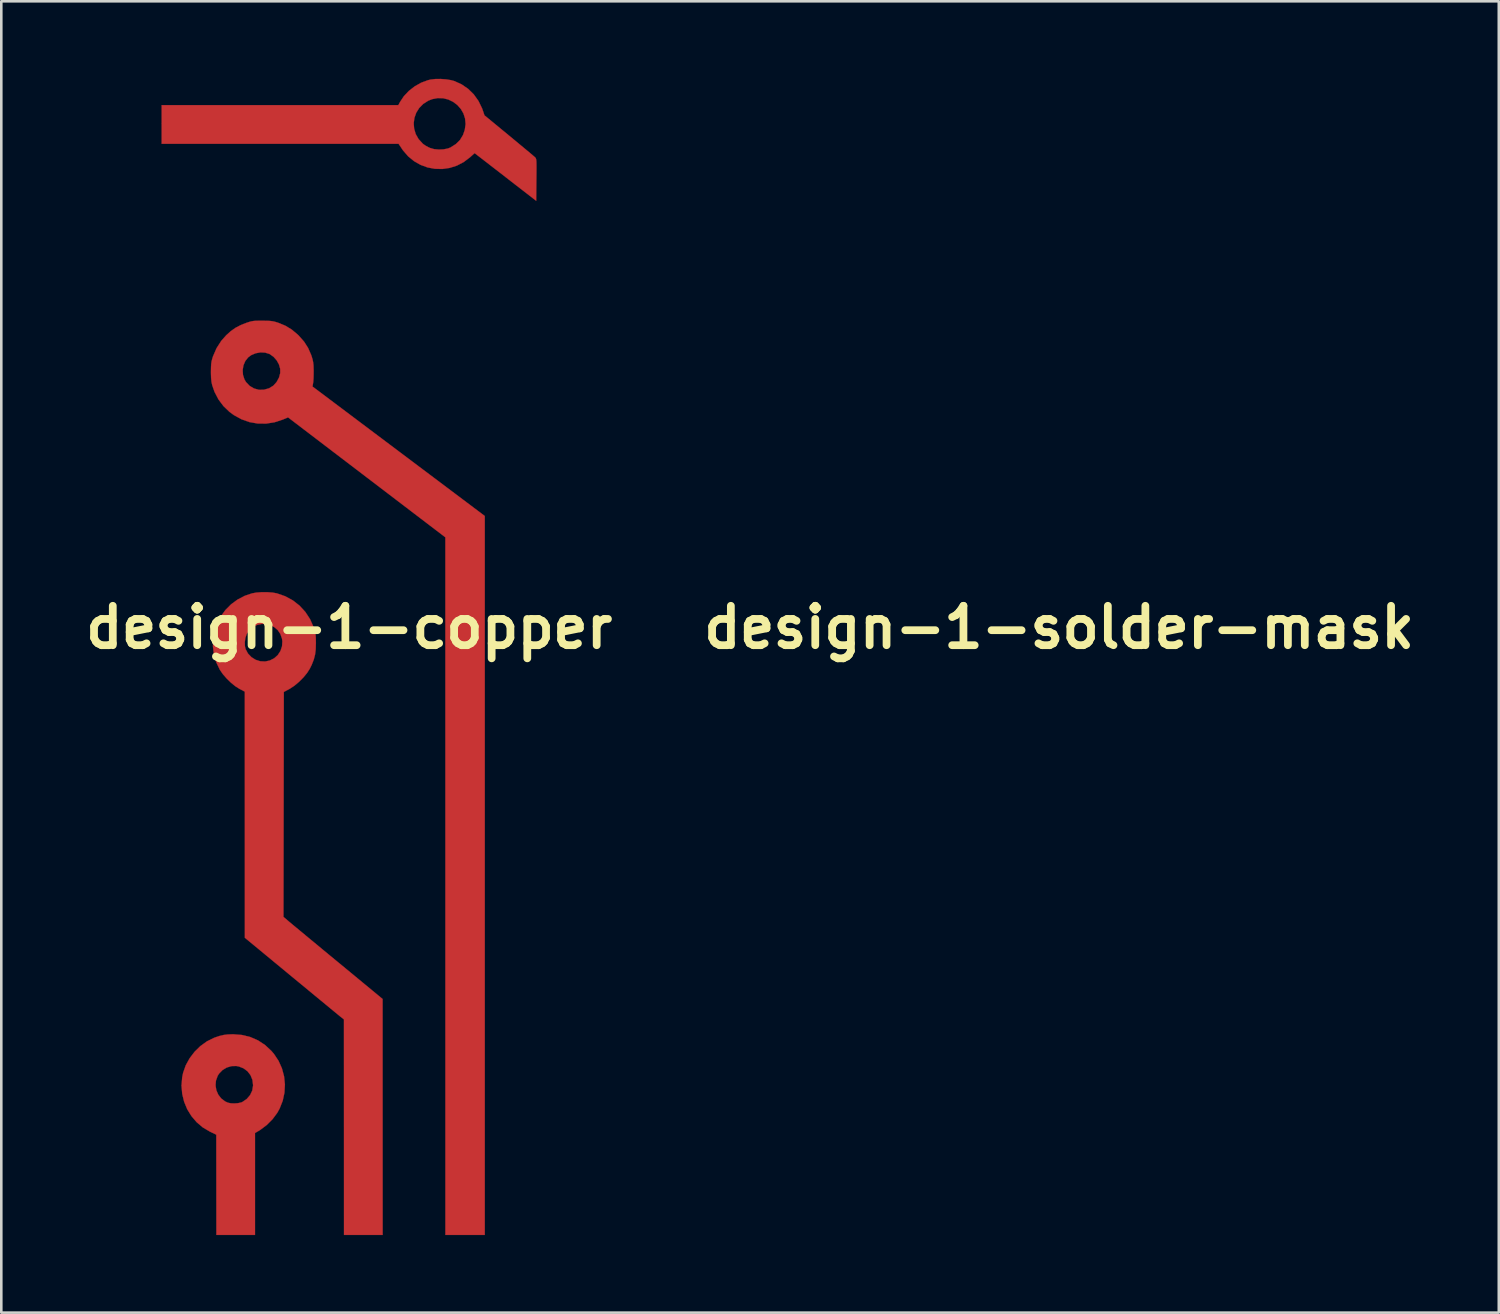
<source format=kicad_pcb>
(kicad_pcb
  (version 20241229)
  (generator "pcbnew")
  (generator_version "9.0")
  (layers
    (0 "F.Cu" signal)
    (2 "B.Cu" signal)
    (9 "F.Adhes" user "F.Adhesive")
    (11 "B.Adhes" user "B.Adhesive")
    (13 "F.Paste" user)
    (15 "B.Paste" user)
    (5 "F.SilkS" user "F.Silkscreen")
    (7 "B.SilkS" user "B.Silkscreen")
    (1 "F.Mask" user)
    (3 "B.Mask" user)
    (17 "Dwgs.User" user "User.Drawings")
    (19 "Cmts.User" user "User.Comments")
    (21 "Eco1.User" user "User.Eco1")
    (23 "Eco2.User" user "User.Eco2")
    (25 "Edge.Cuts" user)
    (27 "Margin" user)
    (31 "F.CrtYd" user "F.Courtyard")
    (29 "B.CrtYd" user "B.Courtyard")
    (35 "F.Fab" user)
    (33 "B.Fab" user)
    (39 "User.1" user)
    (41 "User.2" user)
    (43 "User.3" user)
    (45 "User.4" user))
  (footprint "design-1-solder-mask"
    (layer "F.Cu")
    (at 37.929 21.225)
    (property "Reference" "design-1-solder-mask" (at 0 0 0) (layer "F.SilkS") (effects (font (size 1.524 1.524) (thickness 0.3))))
    (attr through_hole)
    (fp_poly (pts (xy -4.145 15.771) (xy -3.824 15.85) (xy -3.525 15.98) (xy -3.252 16.16) (xy -3.006 16.389) (xy -2.909 16.503) (xy -2.73 16.772) (xy -2.599 17.064) (xy -2.517 17.371) (xy -2.484 17.687) (xy -2.502 18.004) (xy -2.569 18.316) (xy -2.687 18.615) (xy -2.779 18.782) (xy -2.964 19.031) (xy -3.189 19.256) (xy -3.44 19.445) (xy -3.507 19.486) (xy -3.641 19.563) (xy -3.641 23.509) (xy -5.136 23.509) (xy -5.138 21.569) (xy -5.14 19.629) (xy -5.387 19.51) (xy -5.661 19.348) (xy -5.9 19.145) (xy -6.102 18.908) (xy -6.265 18.642) (xy -6.384 18.353) (xy -6.458 18.048) (xy -6.484 17.732) (xy -6.484 17.725) (xy -5.168 17.725) (xy -5.137 17.909) (xy -5.063 18.079) (xy -4.949 18.227) (xy -4.799 18.341) (xy -4.695 18.389) (xy -4.583 18.414) (xy -4.444 18.42) (xy -4.302 18.41) (xy -4.179 18.383) (xy -4.131 18.364) (xy -3.96 18.247) (xy -3.831 18.097) (xy -3.748 17.922) (xy -3.716 17.728) (xy -3.716 17.709) (xy -3.741 17.506) (xy -3.815 17.326) (xy -3.93 17.176) (xy -4.083 17.062) (xy -4.267 16.989) (xy -4.366 16.971) (xy -4.554 16.976) (xy -4.736 17.031) (xy -4.899 17.129) (xy -5.031 17.265) (xy -5.086 17.353) (xy -5.152 17.536) (xy -5.168 17.725) (xy -6.484 17.725) (xy -6.459 17.412) (xy -6.422 17.23) (xy -6.32 16.943) (xy -6.17 16.671) (xy -5.979 16.42) (xy -5.754 16.2) (xy -5.502 16.018) (xy -5.23 15.883) (xy -5.209 15.875) (xy -5.025 15.811) (xy -4.862 15.772) (xy -4.695 15.751) (xy -4.5 15.744) (xy -4.486 15.744) (xy -4.145 15.771)) (stroke (width 0.01) (type solid)) (fill yes) (layer "F.Mask"))
    (fp_poly (pts (xy -3.194 -11.863) (xy -3.07 -11.858) (xy -2.971 -11.847) (xy -2.881 -11.828) (xy -2.784 -11.799) (xy -2.752 -11.789) (xy -2.471 -11.674) (xy -2.223 -11.525) (xy -1.99 -11.33) (xy -1.948 -11.289) (xy -1.744 -11.058) (xy -1.588 -10.814) (xy -1.469 -10.544) (xy -1.449 -10.485) (xy -1.413 -10.365) (xy -1.391 -10.256) (xy -1.378 -10.136) (xy -1.373 -9.985) (xy -1.372 -9.934) (xy -1.373 -9.787) (xy -1.377 -9.645) (xy -1.385 -9.526) (xy -1.392 -9.464) (xy -1.416 -9.319) (xy 1.917 -6.814) (xy 5.249 -4.31) (xy 5.249 23.509) (xy 3.725 23.509) (xy 3.724 -3.485) (xy 0.68 -5.806) (xy -2.363 -8.126) (xy -2.557 -8.044) (xy -2.882 -7.937) (xy -3.211 -7.885) (xy -3.538 -7.888) (xy -3.858 -7.944) (xy -4.168 -8.054) (xy -4.462 -8.216) (xy -4.63 -8.339) (xy -4.861 -8.561) (xy -5.056 -8.822) (xy -5.208 -9.113) (xy -5.298 -9.373) (xy -5.324 -9.497) (xy -5.34 -9.646) (xy -5.346 -9.833) (xy -5.346 -9.906) (xy -5.345 -9.954) (xy -4.119 -9.954) (xy -4.106 -9.768) (xy -4.05 -9.594) (xy -3.989 -9.491) (xy -3.847 -9.343) (xy -3.679 -9.244) (xy -3.494 -9.193) (xy -3.299 -9.195) (xy -3.101 -9.25) (xy -3.09 -9.255) (xy -2.932 -9.353) (xy -2.804 -9.495) (xy -2.711 -9.669) (xy -2.665 -9.84) (xy -2.666 -10.004) (xy -2.713 -10.171) (xy -2.801 -10.33) (xy -2.921 -10.467) (xy -3.066 -10.571) (xy -3.087 -10.582) (xy -3.252 -10.632) (xy -3.434 -10.64) (xy -3.617 -10.606) (xy -3.786 -10.535) (xy -3.905 -10.448) (xy -4.017 -10.306) (xy -4.089 -10.137) (xy -4.119 -9.954) (xy -5.345 -9.954) (xy -5.343 -10.066) (xy -5.337 -10.186) (xy -5.323 -10.285) (xy -5.3 -10.379) (xy -5.267 -10.485) (xy -5.13 -10.801) (xy -4.948 -11.085) (xy -4.756 -11.302) (xy -4.575 -11.465) (xy -4.392 -11.594) (xy -4.187 -11.7) (xy -3.987 -11.778) (xy -3.881 -11.814) (xy -3.794 -11.839) (xy -3.71 -11.854) (xy -3.613 -11.862) (xy -3.487 -11.865) (xy -3.358 -11.865) (xy -3.194 -11.863)) (stroke (width 0.01) (type solid)) (fill yes) (layer "F.Mask"))
    (fp_poly (pts (xy 3.746 -21.205) (xy 3.94 -21.174) (xy 4.064 -21.141) (xy 4.349 -21.013) (xy 4.603 -20.839) (xy 4.823 -20.624) (xy 5.005 -20.369) (xy 5.146 -20.079) (xy 5.178 -19.989) (xy 5.237 -19.813) (xy 6.182 -19.034) (xy 6.383 -18.868) (xy 6.572 -18.711) (xy 6.745 -18.568) (xy 6.897 -18.442) (xy 7.022 -18.337) (xy 7.116 -18.257) (xy 7.174 -18.207) (xy 7.19 -18.193) (xy 7.209 -18.174) (xy 7.223 -18.153) (xy 7.234 -18.122) (xy 7.242 -18.077) (xy 7.247 -18.01) (xy 7.249 -17.914) (xy 7.25 -17.783) (xy 7.249 -17.611) (xy 7.247 -17.391) (xy 7.246 -17.318) (xy 7.239 -16.505) (xy 6.279 -17.248) (xy 6.066 -17.414) (xy 5.859 -17.575) (xy 5.662 -17.727) (xy 5.483 -17.865) (xy 5.328 -17.986) (xy 5.202 -18.083) (xy 5.113 -18.152) (xy 5.088 -18.171) (xy 4.856 -18.35) (xy 4.679 -18.19) (xy 4.433 -18.004) (xy 4.168 -17.866) (xy 3.89 -17.778) (xy 3.605 -17.737) (xy 3.318 -17.744) (xy 3.037 -17.796) (xy 2.767 -17.895) (xy 2.515 -18.038) (xy 2.286 -18.225) (xy 2.086 -18.456) (xy 2.046 -18.515) (xy 1.915 -18.711) (xy -7.253 -18.711) (xy -7.253 -19.506) (xy 2.499 -19.506) (xy 2.516 -19.295) (xy 2.577 -19.089) (xy 2.685 -18.897) (xy 2.84 -18.726) (xy 2.87 -18.7) (xy 2.953 -18.642) (xy 3.06 -18.583) (xy 3.128 -18.551) (xy 3.284 -18.506) (xy 3.466 -18.488) (xy 3.651 -18.496) (xy 3.821 -18.529) (xy 3.923 -18.569) (xy 4.131 -18.701) (xy 4.291 -18.86) (xy 4.407 -19.052) (xy 4.475 -19.247) (xy 4.507 -19.472) (xy 4.488 -19.685) (xy 4.425 -19.883) (xy 4.322 -20.06) (xy 4.187 -20.213) (xy 4.024 -20.335) (xy 3.84 -20.424) (xy 3.639 -20.474) (xy 3.429 -20.48) (xy 3.214 -20.439) (xy 3.062 -20.379) (xy 2.867 -20.254) (xy 2.711 -20.096) (xy 2.598 -19.914) (xy 2.527 -19.715) (xy 2.499 -19.506) (xy -7.253 -19.506) (xy -7.253 -20.207) (xy 1.905 -20.207) (xy 1.97 -20.329) (xy 2.118 -20.552) (xy 2.31 -20.756) (xy 2.536 -20.932) (xy 2.784 -21.073) (xy 3.045 -21.17) (xy 3.152 -21.196) (xy 3.331 -21.217) (xy 3.536 -21.22) (xy 3.746 -21.205)) (stroke (width 0.01) (type solid)) (fill yes) (layer "F.Mask"))
    (fp_poly (pts (xy -3.168 -1.362) (xy -2.966 -1.347) (xy -2.797 -1.317) (xy -2.794 -1.316) (xy -2.471 -1.204) (xy -2.178 -1.045) (xy -1.918 -0.842) (xy -1.695 -0.599) (xy -1.511 -0.318) (xy -1.371 -0.003) (xy -1.365 0.014) (xy -1.331 0.117) (xy -1.309 0.207) (xy -1.295 0.3) (xy -1.288 0.413) (xy -1.286 0.562) (xy -1.285 0.607) (xy -1.292 0.849) (xy -1.318 1.056) (xy -1.368 1.248) (xy -1.445 1.444) (xy -1.519 1.595) (xy -1.625 1.762) (xy -1.77 1.938) (xy -1.939 2.108) (xy -2.118 2.258) (xy -2.294 2.374) (xy -2.314 2.385) (xy -2.526 2.498) (xy -2.533 6.85) (xy -2.54 11.202) (xy -2.331 11.38) (xy -2.276 11.426) (xy -2.182 11.505) (xy -2.051 11.613) (xy -1.888 11.748) (xy -1.698 11.906) (xy -1.483 12.084) (xy -1.247 12.279) (xy -0.995 12.488) (xy -0.73 12.707) (xy -0.456 12.933) (xy -0.413 12.968) (xy 1.296 14.379) (xy 1.297 18.944) (xy 1.298 23.509) (xy -0.198 23.509) (xy -0.199 19.339) (xy -0.2 15.169) (xy -0.319 15.075) (xy -0.359 15.043) (xy -0.439 14.977) (xy -0.555 14.882) (xy -0.704 14.759) (xy -0.883 14.611) (xy -1.088 14.442) (xy -1.316 14.254) (xy -1.562 14.051) (xy -1.824 13.834) (xy -2.099 13.608) (xy -2.236 13.495) (xy -4.034 12.009) (xy -4.036 2.487) (xy -4.24 2.38) (xy -4.4 2.279) (xy -4.57 2.141) (xy -4.736 1.98) (xy -4.884 1.81) (xy -4.998 1.645) (xy -5.003 1.637) (xy -5.144 1.342) (xy -5.232 1.039) (xy -5.27 0.732) (xy -5.264 0.564) (xy -4.036 0.564) (xy -4.032 0.723) (xy -4.006 0.838) (xy -3.913 1.012) (xy -3.781 1.151) (xy -3.621 1.252) (xy -3.441 1.31) (xy -3.25 1.32) (xy -3.073 1.283) (xy -2.899 1.196) (xy -2.758 1.069) (xy -2.655 0.91) (xy -2.595 0.729) (xy -2.583 0.536) (xy -2.597 0.435) (xy -2.66 0.254) (xy -2.761 0.106) (xy -2.892 -0.007) (xy -3.044 -0.086) (xy -3.21 -0.128) (xy -3.382 -0.133) (xy -3.55 -0.099) (xy -3.707 -0.026) (xy -3.845 0.088) (xy -3.954 0.243) (xy -3.963 0.259) (xy -4.012 0.402) (xy -4.036 0.564) (xy -5.264 0.564) (xy -5.26 0.426) (xy -5.204 0.128) (xy -5.105 -0.158) (xy -4.964 -0.427) (xy -4.785 -0.673) (xy -4.568 -0.891) (xy -4.317 -1.076) (xy -4.034 -1.223) (xy -3.754 -1.317) (xy -3.584 -1.347) (xy -3.381 -1.362) (xy -3.168 -1.362)) (stroke (width 0.01) (type solid)) (fill yes) (layer "F.Mask")))
  (footprint "design-1-copper"
    (layer "F.Cu")
    (at 10.458 21.225)
    (property "Reference" "design-1-copper" (at 0 0 0) (layer "F.SilkS") (effects (font (size 1.524 1.524) (thickness 0.3))))
    (attr through_hole)
    (fp_poly (pts (xy -4.145 15.771) (xy -3.824 15.85) (xy -3.525 15.98) (xy -3.252 16.16) (xy -3.006 16.389) (xy -2.909 16.503) (xy -2.73 16.772) (xy -2.599 17.064) (xy -2.517 17.371) (xy -2.484 17.687) (xy -2.502 18.004) (xy -2.569 18.316) (xy -2.687 18.615) (xy -2.779 18.782) (xy -2.964 19.031) (xy -3.189 19.256) (xy -3.44 19.445) (xy -3.507 19.486) (xy -3.641 19.563) (xy -3.641 23.509) (xy -5.136 23.509) (xy -5.138 21.569) (xy -5.14 19.629) (xy -5.387 19.51) (xy -5.661 19.348) (xy -5.9 19.145) (xy -6.102 18.908) (xy -6.265 18.642) (xy -6.384 18.353) (xy -6.458 18.048) (xy -6.484 17.732) (xy -6.484 17.725) (xy -5.168 17.725) (xy -5.137 17.909) (xy -5.063 18.079) (xy -4.949 18.227) (xy -4.799 18.341) (xy -4.695 18.389) (xy -4.583 18.414) (xy -4.444 18.42) (xy -4.302 18.41) (xy -4.179 18.383) (xy -4.131 18.364) (xy -3.96 18.247) (xy -3.831 18.097) (xy -3.748 17.922) (xy -3.716 17.728) (xy -3.716 17.709) (xy -3.741 17.506) (xy -3.815 17.326) (xy -3.93 17.176) (xy -4.083 17.062) (xy -4.267 16.989) (xy -4.366 16.971) (xy -4.554 16.976) (xy -4.736 17.031) (xy -4.899 17.129) (xy -5.031 17.265) (xy -5.086 17.353) (xy -5.152 17.536) (xy -5.168 17.725) (xy -6.484 17.725) (xy -6.459 17.412) (xy -6.422 17.23) (xy -6.32 16.943) (xy -6.17 16.671) (xy -5.979 16.42) (xy -5.754 16.2) (xy -5.502 16.018) (xy -5.23 15.883) (xy -5.209 15.875) (xy -5.025 15.811) (xy -4.862 15.772) (xy -4.695 15.751) (xy -4.5 15.744) (xy -4.486 15.744) (xy -4.145 15.771)) (stroke (width 0.01) (type solid)) (fill yes) (layer "F.Cu"))
    (fp_poly (pts (xy -3.194 -11.863) (xy -3.07 -11.858) (xy -2.971 -11.847) (xy -2.881 -11.828) (xy -2.784 -11.799) (xy -2.752 -11.789) (xy -2.471 -11.674) (xy -2.223 -11.525) (xy -1.99 -11.33) (xy -1.948 -11.289) (xy -1.744 -11.058) (xy -1.588 -10.814) (xy -1.469 -10.544) (xy -1.449 -10.485) (xy -1.413 -10.365) (xy -1.391 -10.256) (xy -1.378 -10.136) (xy -1.373 -9.985) (xy -1.372 -9.934) (xy -1.373 -9.787) (xy -1.377 -9.645) (xy -1.385 -9.526) (xy -1.392 -9.464) (xy -1.416 -9.319) (xy 1.917 -6.814) (xy 5.249 -4.31) (xy 5.249 23.509) (xy 3.725 23.509) (xy 3.724 -3.485) (xy 0.68 -5.806) (xy -2.363 -8.126) (xy -2.557 -8.044) (xy -2.882 -7.937) (xy -3.211 -7.885) (xy -3.538 -7.888) (xy -3.858 -7.944) (xy -4.168 -8.054) (xy -4.462 -8.216) (xy -4.63 -8.339) (xy -4.861 -8.561) (xy -5.056 -8.822) (xy -5.208 -9.113) (xy -5.298 -9.373) (xy -5.324 -9.497) (xy -5.34 -9.646) (xy -5.346 -9.833) (xy -5.346 -9.906) (xy -5.345 -9.954) (xy -4.119 -9.954) (xy -4.106 -9.768) (xy -4.05 -9.594) (xy -3.989 -9.491) (xy -3.847 -9.343) (xy -3.679 -9.244) (xy -3.494 -9.193) (xy -3.299 -9.195) (xy -3.101 -9.25) (xy -3.09 -9.255) (xy -2.932 -9.353) (xy -2.804 -9.495) (xy -2.711 -9.669) (xy -2.665 -9.84) (xy -2.666 -10.004) (xy -2.713 -10.171) (xy -2.801 -10.33) (xy -2.921 -10.467) (xy -3.066 -10.571) (xy -3.087 -10.582) (xy -3.252 -10.632) (xy -3.434 -10.64) (xy -3.617 -10.606) (xy -3.786 -10.535) (xy -3.905 -10.448) (xy -4.017 -10.306) (xy -4.089 -10.137) (xy -4.119 -9.954) (xy -5.345 -9.954) (xy -5.343 -10.066) (xy -5.337 -10.186) (xy -5.323 -10.285) (xy -5.3 -10.379) (xy -5.267 -10.485) (xy -5.13 -10.801) (xy -4.948 -11.085) (xy -4.756 -11.302) (xy -4.575 -11.465) (xy -4.392 -11.594) (xy -4.187 -11.7) (xy -3.987 -11.778) (xy -3.881 -11.814) (xy -3.794 -11.839) (xy -3.71 -11.854) (xy -3.613 -11.862) (xy -3.487 -11.865) (xy -3.358 -11.865) (xy -3.194 -11.863)) (stroke (width 0.01) (type solid)) (fill yes) (layer "F.Cu"))
    (fp_poly (pts (xy 3.746 -21.205) (xy 3.94 -21.174) (xy 4.064 -21.141) (xy 4.349 -21.013) (xy 4.603 -20.839) (xy 4.823 -20.624) (xy 5.005 -20.369) (xy 5.146 -20.079) (xy 5.178 -19.989) (xy 5.237 -19.813) (xy 6.182 -19.034) (xy 6.383 -18.868) (xy 6.572 -18.711) (xy 6.745 -18.568) (xy 6.897 -18.442) (xy 7.022 -18.337) (xy 7.116 -18.257) (xy 7.174 -18.207) (xy 7.19 -18.193) (xy 7.209 -18.174) (xy 7.223 -18.153) (xy 7.234 -18.122) (xy 7.242 -18.077) (xy 7.247 -18.01) (xy 7.249 -17.914) (xy 7.25 -17.783) (xy 7.249 -17.611) (xy 7.247 -17.391) (xy 7.246 -17.318) (xy 7.239 -16.505) (xy 6.279 -17.248) (xy 6.066 -17.414) (xy 5.859 -17.575) (xy 5.662 -17.727) (xy 5.483 -17.865) (xy 5.328 -17.986) (xy 5.202 -18.083) (xy 5.113 -18.152) (xy 5.088 -18.171) (xy 4.856 -18.35) (xy 4.679 -18.19) (xy 4.433 -18.004) (xy 4.168 -17.866) (xy 3.89 -17.778) (xy 3.605 -17.737) (xy 3.318 -17.744) (xy 3.037 -17.796) (xy 2.767 -17.895) (xy 2.515 -18.038) (xy 2.286 -18.225) (xy 2.086 -18.456) (xy 2.046 -18.515) (xy 1.915 -18.711) (xy -7.253 -18.711) (xy -7.253 -19.506) (xy 2.499 -19.506) (xy 2.516 -19.295) (xy 2.577 -19.089) (xy 2.685 -18.897) (xy 2.84 -18.726) (xy 2.87 -18.7) (xy 2.953 -18.642) (xy 3.06 -18.583) (xy 3.128 -18.551) (xy 3.284 -18.506) (xy 3.466 -18.488) (xy 3.651 -18.496) (xy 3.821 -18.529) (xy 3.923 -18.569) (xy 4.131 -18.701) (xy 4.291 -18.86) (xy 4.407 -19.052) (xy 4.475 -19.247) (xy 4.507 -19.472) (xy 4.488 -19.685) (xy 4.425 -19.883) (xy 4.322 -20.06) (xy 4.187 -20.213) (xy 4.024 -20.335) (xy 3.84 -20.424) (xy 3.639 -20.474) (xy 3.429 -20.48) (xy 3.214 -20.439) (xy 3.062 -20.379) (xy 2.867 -20.254) (xy 2.711 -20.096) (xy 2.598 -19.914) (xy 2.527 -19.715) (xy 2.499 -19.506) (xy -7.253 -19.506) (xy -7.253 -20.207) (xy 1.905 -20.207) (xy 1.97 -20.329) (xy 2.118 -20.552) (xy 2.31 -20.756) (xy 2.536 -20.932) (xy 2.784 -21.073) (xy 3.045 -21.17) (xy 3.152 -21.196) (xy 3.331 -21.217) (xy 3.536 -21.22) (xy 3.746 -21.205)) (stroke (width 0.01) (type solid)) (fill yes) (layer "F.Cu"))
    (fp_poly (pts (xy -3.168 -1.362) (xy -2.966 -1.347) (xy -2.797 -1.317) (xy -2.794 -1.316) (xy -2.471 -1.204) (xy -2.178 -1.045) (xy -1.918 -0.842) (xy -1.695 -0.599) (xy -1.511 -0.318) (xy -1.371 -0.003) (xy -1.365 0.014) (xy -1.331 0.117) (xy -1.309 0.207) (xy -1.295 0.3) (xy -1.288 0.413) (xy -1.286 0.562) (xy -1.285 0.607) (xy -1.292 0.849) (xy -1.318 1.056) (xy -1.368 1.248) (xy -1.445 1.444) (xy -1.519 1.595) (xy -1.625 1.762) (xy -1.77 1.938) (xy -1.939 2.108) (xy -2.118 2.258) (xy -2.294 2.374) (xy -2.314 2.385) (xy -2.526 2.498) (xy -2.533 6.85) (xy -2.54 11.202) (xy -2.331 11.38) (xy -2.276 11.426) (xy -2.182 11.505) (xy -2.051 11.613) (xy -1.888 11.748) (xy -1.698 11.906) (xy -1.483 12.084) (xy -1.247 12.279) (xy -0.995 12.488) (xy -0.73 12.707) (xy -0.456 12.933) (xy -0.413 12.968) (xy 1.296 14.379) (xy 1.297 18.944) (xy 1.298 23.509) (xy -0.198 23.509) (xy -0.199 19.339) (xy -0.2 15.169) (xy -0.319 15.075) (xy -0.359 15.043) (xy -0.439 14.977) (xy -0.555 14.882) (xy -0.704 14.759) (xy -0.883 14.611) (xy -1.088 14.442) (xy -1.316 14.254) (xy -1.562 14.051) (xy -1.824 13.834) (xy -2.099 13.608) (xy -2.236 13.495) (xy -4.034 12.009) (xy -4.036 2.487) (xy -4.24 2.38) (xy -4.4 2.279) (xy -4.57 2.141) (xy -4.736 1.98) (xy -4.884 1.81) (xy -4.998 1.645) (xy -5.003 1.637) (xy -5.144 1.342) (xy -5.232 1.039) (xy -5.27 0.732) (xy -5.264 0.564) (xy -4.036 0.564) (xy -4.032 0.723) (xy -4.006 0.838) (xy -3.913 1.012) (xy -3.781 1.151) (xy -3.621 1.252) (xy -3.441 1.31) (xy -3.25 1.32) (xy -3.073 1.283) (xy -2.899 1.196) (xy -2.758 1.069) (xy -2.655 0.91) (xy -2.595 0.729) (xy -2.583 0.536) (xy -2.597 0.435) (xy -2.66 0.254) (xy -2.761 0.106) (xy -2.892 -0.007) (xy -3.044 -0.086) (xy -3.21 -0.128) (xy -3.382 -0.133) (xy -3.55 -0.099) (xy -3.707 -0.026) (xy -3.845 0.088) (xy -3.954 0.243) (xy -3.963 0.259) (xy -4.012 0.402) (xy -4.036 0.564) (xy -5.264 0.564) (xy -5.26 0.426) (xy -5.204 0.128) (xy -5.105 -0.158) (xy -4.964 -0.427) (xy -4.785 -0.673) (xy -4.568 -0.891) (xy -4.317 -1.076) (xy -4.034 -1.223) (xy -3.754 -1.317) (xy -3.584 -1.347) (xy -3.381 -1.362) (xy -3.168 -1.362)) (stroke (width 0.01) (type solid)) (fill yes) (layer "F.Cu")))
  (gr_rect
    (start -3 -3)
    (end 54.942 47.739)
    (stroke (width 0.1) (type default))
    (fill no)
    (layer "Edge.Cuts")))
</source>
